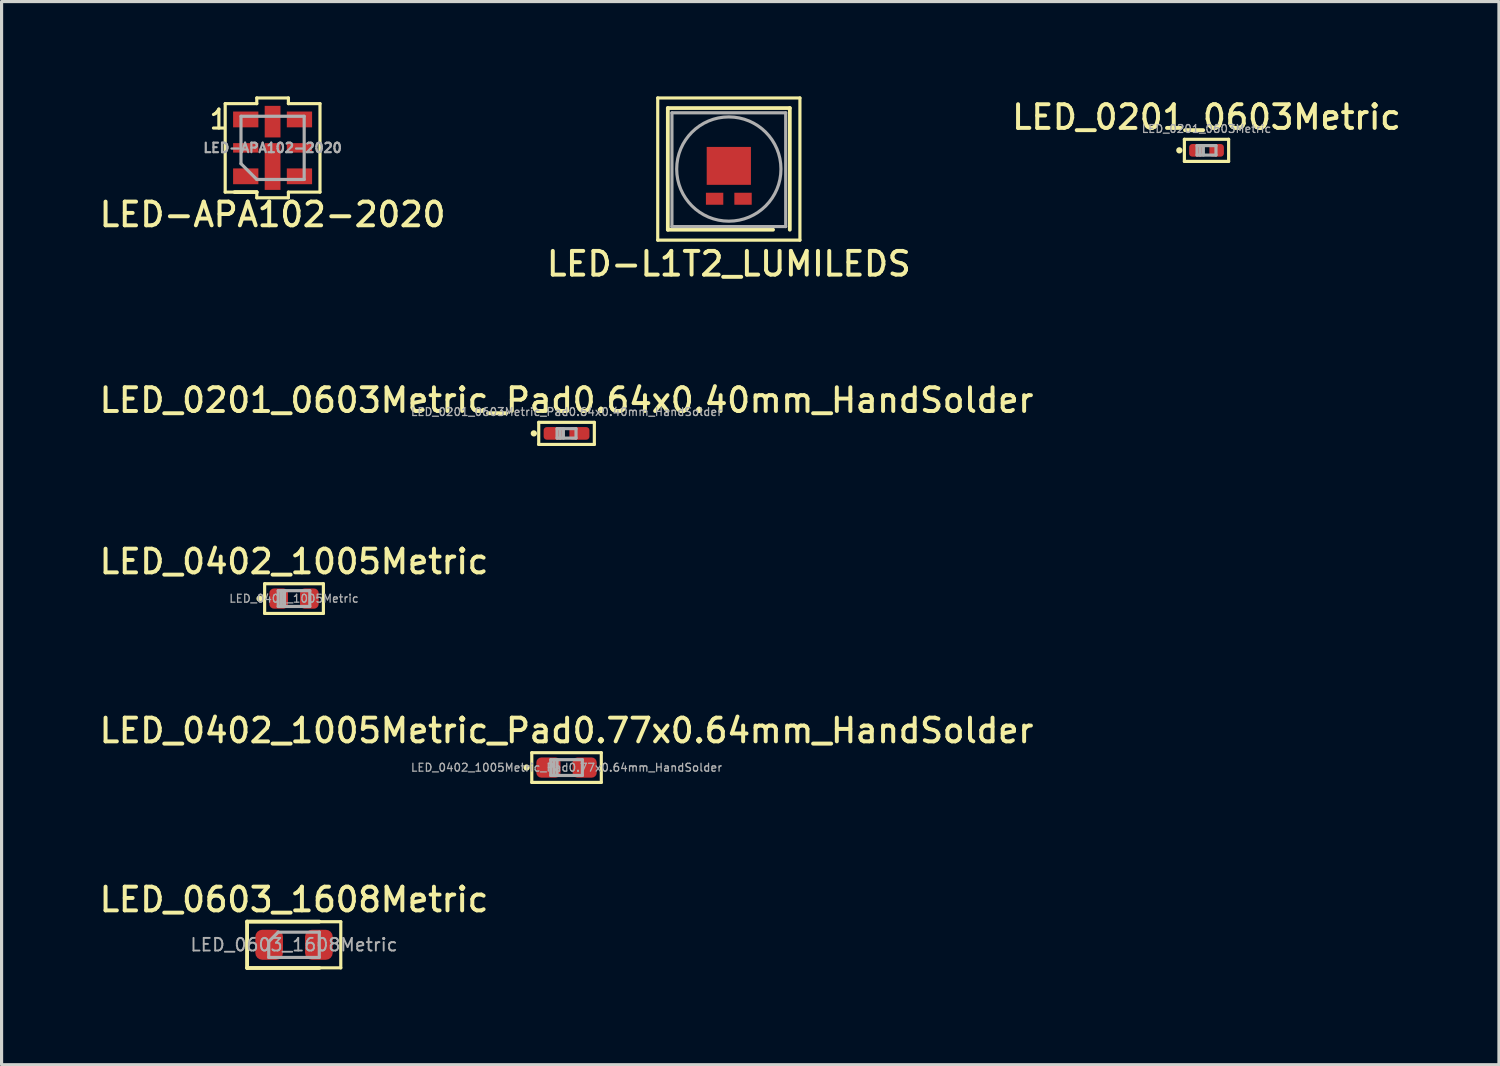
<source format=kicad_pcb>
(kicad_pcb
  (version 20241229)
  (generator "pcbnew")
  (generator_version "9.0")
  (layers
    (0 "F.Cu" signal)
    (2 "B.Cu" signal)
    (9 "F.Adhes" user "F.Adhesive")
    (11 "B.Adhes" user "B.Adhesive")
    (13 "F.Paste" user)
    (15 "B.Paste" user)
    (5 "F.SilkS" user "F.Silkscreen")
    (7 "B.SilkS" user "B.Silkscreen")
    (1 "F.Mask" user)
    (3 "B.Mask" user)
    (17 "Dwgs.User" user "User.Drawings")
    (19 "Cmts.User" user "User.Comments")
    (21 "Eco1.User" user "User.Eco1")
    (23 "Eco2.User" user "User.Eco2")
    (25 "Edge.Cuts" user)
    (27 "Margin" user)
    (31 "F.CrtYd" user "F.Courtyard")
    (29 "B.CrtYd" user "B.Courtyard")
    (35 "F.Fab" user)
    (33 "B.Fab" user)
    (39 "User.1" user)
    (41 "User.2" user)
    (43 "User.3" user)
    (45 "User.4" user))
  (footprint "LED-L1T2_LUMILEDS"
    (layer "F.Cu")
    (at 20.016 2.72)
    (property "Reference" "LED-L1T2_LUMILEDS" (at 0 2.58 0) (layer "F.SilkS") (effects (font (size 0.75 0.75) (thickness 0.125))))
    (attr smd)
    (fp_line (start -2.25 -2.67) (end 2.25 -2.67) (stroke (width 0.1) (type solid)) (layer "F.SilkS"))
    (fp_line (start -2.25 1.83) (end -2.25 -2.67) (stroke (width 0.1) (type solid)) (layer "F.SilkS"))
    (fp_line (start -1.93 -2.35) (end 1.93 -2.35) (stroke (width 0.12) (type solid)) (layer "F.SilkS"))
    (fp_line (start -1.93 1.5) (end -1.93 -2.35) (stroke (width 0.12) (type solid)) (layer "F.SilkS"))
    (fp_line (start 1.4 1.5) (end -1.93 1.5) (stroke (width 0.12) (type solid)) (layer "F.SilkS"))
    (fp_line (start 1.93 -2.35) (end 1.93 1.5) (stroke (width 0.12) (type solid)) (layer "F.SilkS"))
    (fp_line (start 2.25 -2.67) (end 2.25 1.83) (stroke (width 0.1) (type solid)) (layer "F.SilkS"))
    (fp_line (start 2.25 1.83) (end -2.25 1.83) (stroke (width 0.1) (type solid)) (layer "F.SilkS"))
    (fp_line (start -1.8 -2.2) (end -1.8 1.4) (stroke (width 0.1) (type solid)) (layer "F.Fab"))
    (fp_line (start -1.8 -2.2) (end 1.8 -2.2) (stroke (width 0.1) (type solid)) (layer "F.Fab"))
    (fp_line (start -1.8 1.4) (end 1.8 1.4) (stroke (width 0.1) (type solid)) (layer "F.Fab"))
    (fp_line (start 1.8 1.4) (end 1.8 -2.2) (stroke (width 0.1) (type solid)) (layer "F.Fab"))
    (fp_circle (center 0 -0.42) (end 0 -2.07) (stroke (width 0.1) (type solid)) (fill no) (layer "F.Fab"))
    (pad "1" smd rect (at 0.45 0.52) (size 0.55 0.38) (layers "F.Cu" "F.Mask" "F.Paste"))
    (pad "2" smd rect (at -0.45 0.52) (size 0.55 0.38) (layers "F.Cu" "F.Mask" "F.Paste"))
    (pad "3" smd rect (at 0 -0.52) (size 1.4 1.2) (layers "F.Cu" "F.Mask" "F.Paste")))
  (footprint "LED_0603_1608Metric"
    (layer "F.Cu")
    (at 6.255 26.851)
    (property "Reference" "LED_0603_1608Metric" (at 0 -1.43 0) (layer "F.SilkS") (effects (font (size 0.75 0.75) (thickness 0.125))))
    (attr smd)
    (fp_line (start -1.485 -0.735) (end -1.485 0.735) (stroke (width 0.12) (type solid)) (layer "F.SilkS"))
    (fp_line (start -1.485 0.735) (end 0.8 0.735) (stroke (width 0.12) (type solid)) (layer "F.SilkS"))
    (fp_line (start -1.48 -0.73) (end 1.48 -0.73) (stroke (width 0.1) (type solid)) (layer "F.SilkS"))
    (fp_line (start -1.48 0.73) (end -1.48 -0.73) (stroke (width 0.1) (type solid)) (layer "F.SilkS"))
    (fp_line (start 0.8 -0.735) (end -1.485 -0.735) (stroke (width 0.12) (type solid)) (layer "F.SilkS"))
    (fp_line (start 1.48 -0.73) (end 1.48 0.73) (stroke (width 0.1) (type solid)) (layer "F.SilkS"))
    (fp_line (start 1.48 0.73) (end -1.48 0.73) (stroke (width 0.1) (type solid)) (layer "F.SilkS"))
    (fp_line (start -0.8 -0.1) (end -0.8 0.4) (stroke (width 0.1) (type solid)) (layer "F.Fab"))
    (fp_line (start -0.8 0.4) (end 0.8 0.4) (stroke (width 0.1) (type solid)) (layer "F.Fab"))
    (fp_line (start -0.5 -0.4) (end -0.8 -0.1) (stroke (width 0.1) (type solid)) (layer "F.Fab"))
    (fp_line (start 0.8 -0.4) (end -0.5 -0.4) (stroke (width 0.1) (type solid)) (layer "F.Fab"))
    (fp_line (start 0.8 0.4) (end 0.8 -0.4) (stroke (width 0.1) (type solid)) (layer "F.Fab"))
    (fp_text user "${REFERENCE}" (at 0 0 0) (layer "F.Fab") (effects (font (size 0.4 0.4) (thickness 0.06))))
    (pad "1" smd roundrect (at -0.787 0) (size 0.875 0.95) (layers "F.Cu" "F.Mask" "F.Paste") (roundrect_rratio 0.25))
    (pad "2" smd roundrect (at 0.787 0) (size 0.875 0.95) (layers "F.Cu" "F.Mask" "F.Paste") (roundrect_rratio 0.25)))
  (footprint "LED_0402_1005Metric"
    (layer "F.Cu")
    (at 6.255 15.894)
    (property "Reference" "LED_0402_1005Metric" (at 0 -1.17 0) (layer "F.SilkS") (effects (font (size 0.75 0.75) (thickness 0.125))))
    (attr smd)
    (fp_line (start -0.93 -0.47) (end 0.93 -0.47) (stroke (width 0.1) (type solid)) (layer "F.SilkS"))
    (fp_line (start -0.93 0.47) (end -0.93 -0.47) (stroke (width 0.1) (type solid)) (layer "F.SilkS"))
    (fp_line (start 0.93 -0.47) (end 0.93 0.47) (stroke (width 0.1) (type solid)) (layer "F.SilkS"))
    (fp_line (start 0.93 0.47) (end -0.93 0.47) (stroke (width 0.1) (type solid)) (layer "F.SilkS"))
    (fp_circle (center -1.09 0) (end -1.04 0) (stroke (width 0.1) (type solid)) (fill no) (layer "F.SilkS"))
    (fp_line (start -0.5 -0.25) (end 0.5 -0.25) (stroke (width 0.1) (type solid)) (layer "F.Fab"))
    (fp_line (start -0.5 0.25) (end -0.5 -0.25) (stroke (width 0.1) (type solid)) (layer "F.Fab"))
    (fp_line (start -0.4 0.25) (end -0.4 -0.25) (stroke (width 0.1) (type solid)) (layer "F.Fab"))
    (fp_line (start -0.3 0.25) (end -0.3 -0.25) (stroke (width 0.1) (type solid)) (layer "F.Fab"))
    (fp_line (start 0.5 -0.25) (end 0.5 0.25) (stroke (width 0.1) (type solid)) (layer "F.Fab"))
    (fp_line (start 0.5 0.25) (end -0.5 0.25) (stroke (width 0.1) (type solid)) (layer "F.Fab"))
    (fp_text user "${REFERENCE}" (at 0 0 0) (layer "F.Fab") (effects (font (size 0.25 0.25) (thickness 0.04))))
    (pad "1" smd roundrect (at -0.485 0) (size 0.59 0.64) (layers "F.Cu" "F.Mask" "F.Paste") (roundrect_rratio 0.25))
    (pad "2" smd roundrect (at 0.485 0) (size 0.59 0.64) (layers "F.Cu" "F.Mask" "F.Paste") (roundrect_rratio 0.25)))
  (footprint "LED_0402_1005Metric_Pad0.77x0.64mm_HandSolder"
    (layer "F.Cu")
    (at 14.88 21.242)
    (property "Reference" "LED_0402_1005Metric_Pad0.77x0.64mm_HandSolder" (at 0 -1.17 0) (layer "F.SilkS") (effects (font (size 0.75 0.75) (thickness 0.125))))
    (attr smd)
    (fp_line (start -1.1 -0.47) (end 1.1 -0.47) (stroke (width 0.1) (type solid)) (layer "F.SilkS"))
    (fp_line (start -1.1 0.47) (end -1.1 -0.47) (stroke (width 0.1) (type solid)) (layer "F.SilkS"))
    (fp_line (start 1.1 -0.47) (end 1.1 0.47) (stroke (width 0.1) (type solid)) (layer "F.SilkS"))
    (fp_line (start 1.1 0.47) (end -1.1 0.47) (stroke (width 0.1) (type solid)) (layer "F.SilkS"))
    (fp_circle (center -1.265 0) (end -1.215 0) (stroke (width 0.1) (type solid)) (fill no) (layer "F.SilkS"))
    (fp_line (start -0.5 -0.25) (end 0.5 -0.25) (stroke (width 0.1) (type solid)) (layer "F.Fab"))
    (fp_line (start -0.5 0.25) (end -0.5 -0.25) (stroke (width 0.1) (type solid)) (layer "F.Fab"))
    (fp_line (start -0.4 0.25) (end -0.4 -0.25) (stroke (width 0.1) (type solid)) (layer "F.Fab"))
    (fp_line (start -0.3 0.25) (end -0.3 -0.25) (stroke (width 0.1) (type solid)) (layer "F.Fab"))
    (fp_line (start 0.5 -0.25) (end 0.5 0.25) (stroke (width 0.1) (type solid)) (layer "F.Fab"))
    (fp_line (start 0.5 0.25) (end -0.5 0.25) (stroke (width 0.1) (type solid)) (layer "F.Fab"))
    (fp_text user "${REFERENCE}" (at 0 0 0) (layer "F.Fab") (effects (font (size 0.25 0.25) (thickness 0.04))))
    (pad "1" smd roundrect (at -0.573 0) (size 0.765 0.64) (layers "F.Cu" "F.Mask" "F.Paste") (roundrect_rratio 0.25))
    (pad "2" smd roundrect (at 0.573 0) (size 0.765 0.64) (layers "F.Cu" "F.Mask" "F.Paste") (roundrect_rratio 0.25)))
  (footprint "LED_0201_0603Metric_Pad0.64x0.40mm_HandSolder"
    (layer "F.Cu")
    (at 14.88 10.666)
    (property "Reference" "LED_0201_0603Metric_Pad0.64x0.40mm_HandSolder" (at 0 -1.05 0) (layer "F.SilkS") (effects (font (size 0.75 0.75) (thickness 0.125))))
    (attr smd)
    (fp_line (start -0.88 -0.35) (end 0.88 -0.35) (stroke (width 0.1) (type solid)) (layer "F.SilkS"))
    (fp_line (start -0.88 0.35) (end -0.88 -0.35) (stroke (width 0.1) (type solid)) (layer "F.SilkS"))
    (fp_line (start 0.88 -0.35) (end 0.88 0.35) (stroke (width 0.1) (type solid)) (layer "F.SilkS"))
    (fp_line (start 0.88 0.35) (end -0.88 0.35) (stroke (width 0.1) (type solid)) (layer "F.SilkS"))
    (fp_circle (center -1.035 0) (end -0.985 0) (stroke (width 0.1) (type solid)) (fill no) (layer "F.SilkS"))
    (fp_line (start -0.3 -0.15) (end 0.3 -0.15) (stroke (width 0.1) (type solid)) (layer "F.Fab"))
    (fp_line (start -0.3 0.15) (end -0.3 -0.15) (stroke (width 0.1) (type solid)) (layer "F.Fab"))
    (fp_line (start -0.2 0.15) (end -0.2 -0.15) (stroke (width 0.1) (type solid)) (layer "F.Fab"))
    (fp_line (start -0.1 0.15) (end -0.1 -0.15) (stroke (width 0.1) (type solid)) (layer "F.Fab"))
    (fp_line (start 0.3 -0.15) (end 0.3 0.15) (stroke (width 0.1) (type solid)) (layer "F.Fab"))
    (fp_line (start 0.3 0.15) (end -0.3 0.15) (stroke (width 0.1) (type solid)) (layer "F.Fab"))
    (fp_text user "${REFERENCE}" (at 0 -0.68 0) (layer "F.Fab") (effects (font (size 0.25 0.25) (thickness 0.04))))
    (pad "" smd roundrect (at -0.432 0) (size 0.458 0.36) (layers "F.Paste") (roundrect_rratio 0.25))
    (pad "" smd roundrect (at 0.432 0) (size 0.458 0.36) (layers "F.Paste") (roundrect_rratio 0.25))
    (pad "1" smd roundrect (at -0.407 0) (size 0.635 0.4) (layers "F.Cu" "F.Mask") (roundrect_rratio 0.25))
    (pad "2" smd roundrect (at 0.407 0) (size 0.635 0.4) (layers "F.Cu" "F.Mask") (roundrect_rratio 0.25)))
  (footprint "LED-APA102-2020"
    (layer "F.Cu")
    (at 5.577 1.63)
    (property "Reference" "LED-APA102-2020" (at 0 2.11 0) (layer "F.SilkS") (effects (font (size 0.75 0.75) (thickness 0.125))))
    (attr smd)
    (fp_line (start -1.5 -1.4) (end -1.5 1.4) (stroke (width 0.1) (type solid)) (layer "F.SilkS"))
    (fp_line (start -1.5 -1.4) (end -0.5 -1.4) (stroke (width 0.1) (type solid)) (layer "F.SilkS"))
    (fp_line (start -1.2 1.4) (end -0.5 1.4) (stroke (width 0.12) (type solid)) (layer "F.SilkS"))
    (fp_line (start -0.5 -1.58) (end 0.5 -1.58) (stroke (width 0.1) (type solid)) (layer "F.SilkS"))
    (fp_line (start -0.5 -1.4) (end -0.5 -1.58) (stroke (width 0.1) (type solid)) (layer "F.SilkS"))
    (fp_line (start -0.5 1.4) (end -1.5 1.4) (stroke (width 0.1) (type solid)) (layer "F.SilkS"))
    (fp_line (start -0.5 1.4) (end -0.5 1.58) (stroke (width 0.1) (type solid)) (layer "F.SilkS"))
    (fp_line (start -0.5 1.58) (end 0.5 1.58) (stroke (width 0.1) (type solid)) (layer "F.SilkS"))
    (fp_line (start 0.5 -1.58) (end 0.5 -1.4) (stroke (width 0.1) (type solid)) (layer "F.SilkS"))
    (fp_line (start 0.5 -1.4) (end 1.5 -1.4) (stroke (width 0.1) (type solid)) (layer "F.SilkS"))
    (fp_line (start 0.5 1.58) (end 0.5 1.4) (stroke (width 0.1) (type solid)) (layer "F.SilkS"))
    (fp_line (start 1.5 -1.4) (end 1.5 1.4) (stroke (width 0.1) (type solid)) (layer "F.SilkS"))
    (fp_line (start 1.5 1.4) (end 0.5 1.4) (stroke (width 0.1) (type solid)) (layer "F.SilkS"))
    (fp_line (start -1 -1) (end 1 -1) (stroke (width 0.1) (type solid)) (layer "F.Fab"))
    (fp_line (start -1 0.5) (end -1 -1) (stroke (width 0.1) (type solid)) (layer "F.Fab"))
    (fp_line (start -1 0.5) (end -0.5 1) (stroke (width 0.1) (type solid)) (layer "F.Fab"))
    (fp_line (start 1 -1) (end 1 1) (stroke (width 0.1) (type solid)) (layer "F.Fab"))
    (fp_line (start 1 1) (end -0.5 1) (stroke (width 0.1) (type solid)) (layer "F.Fab"))
    (fp_text user "1" (at -1.7 -0.9 0) (unlocked yes) (layer "F.SilkS") (effects (font (size 0.6 0.6) (thickness 0.1))))
    (fp_text user "${REFERENCE}" (at 0 0 0) (layer "F.Fab") (effects (font (size 0.3 0.3) (thickness 0.07))))
    (pad "1" smd rect (at -0.85 -0.9) (size 0.8 0.5) (layers "F.Cu" "F.Mask" "F.Paste"))
    (pad "1" smd rect (at 0 -0.83 90) (size 1 0.5) (layers "F.Cu" "F.Mask" "F.Paste"))
    (pad "2" smd rect (at -0.85 0) (size 0.8 0.3) (layers "F.Cu" "F.Mask" "F.Paste"))
    (pad "3" smd rect (at -0.85 0.9) (size 0.8 0.5) (layers "F.Cu" "F.Mask" "F.Paste"))
    (pad "4" smd rect (at 0.85 0.9) (size 0.8 0.5) (layers "F.Cu" "F.Mask" "F.Paste"))
    (pad "5" smd rect (at 0.85 0) (size 0.8 0.3) (layers "F.Cu" "F.Mask" "F.Paste"))
    (pad "6" smd rect (at 0 0.59 90) (size 1.48 0.5) (layers "F.Cu" "F.Mask" "F.Paste"))
    (pad "6" smd rect (at 0.85 -0.9) (size 0.8 0.5) (layers "F.Cu" "F.Mask" "F.Paste")))
  (footprint "LED_0201_0603Metric"
    (layer "F.Cu")
    (at 35.134 1.708)
    (property "Reference" "LED_0201_0603Metric" (at 0 -1.05 0) (layer "F.SilkS") (effects (font (size 0.75 0.75) (thickness 0.125))))
    (attr smd)
    (fp_line (start -0.7 -0.35) (end 0.7 -0.35) (stroke (width 0.1) (type solid)) (layer "F.SilkS"))
    (fp_line (start -0.7 0.35) (end -0.7 -0.35) (stroke (width 0.1) (type solid)) (layer "F.SilkS"))
    (fp_line (start 0.7 -0.35) (end 0.7 0.35) (stroke (width 0.1) (type solid)) (layer "F.SilkS"))
    (fp_line (start 0.7 0.35) (end -0.7 0.35) (stroke (width 0.1) (type solid)) (layer "F.SilkS"))
    (fp_circle (center -0.86 0) (end -0.81 0) (stroke (width 0.1) (type solid)) (fill no) (layer "F.SilkS"))
    (fp_line (start -0.3 -0.15) (end 0.3 -0.15) (stroke (width 0.1) (type solid)) (layer "F.Fab"))
    (fp_line (start -0.3 0.15) (end -0.3 -0.15) (stroke (width 0.1) (type solid)) (layer "F.Fab"))
    (fp_line (start -0.2 0.15) (end -0.2 -0.15) (stroke (width 0.1) (type solid)) (layer "F.Fab"))
    (fp_line (start -0.1 0.15) (end -0.1 -0.15) (stroke (width 0.1) (type solid)) (layer "F.Fab"))
    (fp_line (start 0.3 -0.15) (end 0.3 0.15) (stroke (width 0.1) (type solid)) (layer "F.Fab"))
    (fp_line (start 0.3 0.15) (end -0.3 0.15) (stroke (width 0.1) (type solid)) (layer "F.Fab"))
    (fp_text user "${REFERENCE}" (at 0 -0.68 0) (layer "F.Fab") (effects (font (size 0.25 0.25) (thickness 0.04))))
    (pad "" smd roundrect (at -0.345 0) (size 0.318 0.36) (layers "F.Paste") (roundrect_rratio 0.25))
    (pad "" smd roundrect (at 0.345 0) (size 0.318 0.36) (layers "F.Paste") (roundrect_rratio 0.25))
    (pad "1" smd roundrect (at -0.32 0) (size 0.46 0.4) (layers "F.Cu" "F.Mask") (roundrect_rratio 0.25))
    (pad "2" smd roundrect (at 0.32 0) (size 0.46 0.4) (layers "F.Cu" "F.Mask") (roundrect_rratio 0.25)))
  (gr_rect
    (start -3 -3)
    (end 44.389 30.646)
    (stroke (width 0.1) (type default))
    (fill no)
    (layer "Edge.Cuts")))
</source>
